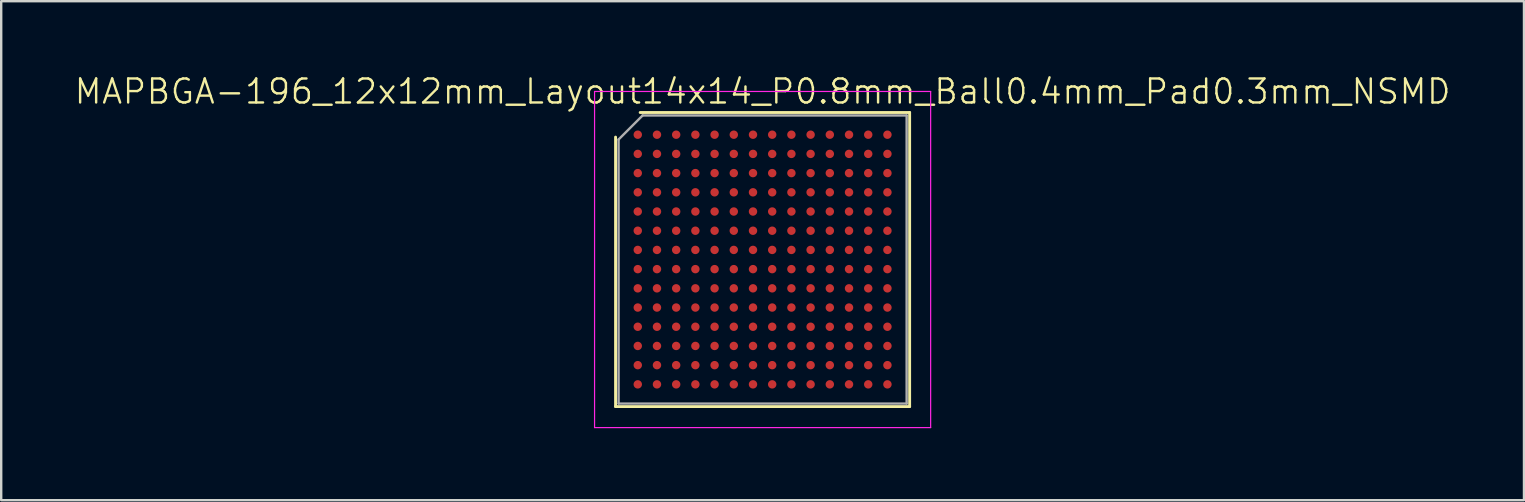
<source format=kicad_pcb>
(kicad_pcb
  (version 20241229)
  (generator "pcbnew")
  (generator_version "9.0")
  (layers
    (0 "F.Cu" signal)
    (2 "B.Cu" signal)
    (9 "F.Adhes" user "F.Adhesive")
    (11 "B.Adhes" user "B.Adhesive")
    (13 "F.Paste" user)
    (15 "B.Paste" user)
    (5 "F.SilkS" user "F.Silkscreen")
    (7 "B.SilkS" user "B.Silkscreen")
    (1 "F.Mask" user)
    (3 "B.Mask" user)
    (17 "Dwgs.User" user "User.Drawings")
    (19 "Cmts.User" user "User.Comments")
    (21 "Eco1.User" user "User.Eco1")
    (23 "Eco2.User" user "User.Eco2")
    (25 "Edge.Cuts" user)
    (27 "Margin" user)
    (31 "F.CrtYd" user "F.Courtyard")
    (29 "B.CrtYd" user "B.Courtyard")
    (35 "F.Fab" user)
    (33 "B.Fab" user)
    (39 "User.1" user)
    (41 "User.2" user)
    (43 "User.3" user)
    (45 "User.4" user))
  (footprint "MAPBGA-196_12x12mm_Layout14x14_P0.8mm_Ball0.4mm_Pad0.3mm_NSMD"
    (layer "F.Cu")
    (at 28.717 7.761)
    (property "Reference" "MAPBGA-196_12x12mm_Layout14x14_P0.8mm_Ball0.4mm_Pad0.3mm_NSMD" (at 0 -7 0) (unlocked yes) (layer "F.SilkS") (effects (font (size 1 1) (thickness 0.1))))
    (attr smd)
    (fp_line (start -6.125 -5.1) (end -6.125 6.125) (stroke (width 0.12) (type solid)) (layer "F.SilkS"))
    (fp_line (start -6.125 6.125) (end 6.125 6.125) (stroke (width 0.12) (type solid)) (layer "F.SilkS"))
    (fp_line (start -5.1 -6.125) (end 6.125 -6.125) (stroke (width 0.12) (type solid)) (layer "F.SilkS"))
    (fp_line (start 6.125 -6.125) (end 6.125 6.125) (stroke (width 0.12) (type solid)) (layer "F.SilkS"))
    (fp_line (start -7 -7) (end -7 7) (stroke (width 0.05) (type solid)) (layer "F.CrtYd"))
    (fp_line (start -7 -7) (end 7 -7) (stroke (width 0.05) (type solid)) (layer "F.CrtYd"))
    (fp_line (start 7 -7) (end 7 7) (stroke (width 0.05) (type solid)) (layer "F.CrtYd"))
    (fp_line (start 7 7) (end -7 7) (stroke (width 0.05) (type solid)) (layer "F.CrtYd"))
    (fp_line (start -6 -5) (end -6 6) (stroke (width 0.1) (type solid)) (layer "F.Fab"))
    (fp_line (start -6 6) (end 6 6) (stroke (width 0.1) (type solid)) (layer "F.Fab"))
    (fp_line (start -5 -6) (end -6 -5) (stroke (width 0.1) (type solid)) (layer "F.Fab"))
    (fp_line (start -5 -6) (end 6 -6) (stroke (width 0.1) (type solid)) (layer "F.Fab"))
    (fp_line (start 6 6) (end 6 -6) (stroke (width 0.1) (type solid)) (layer "F.Fab"))
    (pad "A1" smd circle (at -5.2 -5.2) (size 0.35 0.35) (layers "F.Cu" "F.Mask" "F.Paste"))
    (pad "A2" smd circle (at -4.4 -5.2) (size 0.35 0.35) (layers "F.Cu" "F.Mask" "F.Paste"))
    (pad "A3" smd circle (at -3.6 -5.2) (size 0.35 0.35) (layers "F.Cu" "F.Mask" "F.Paste"))
    (pad "A4" smd circle (at -2.8 -5.2) (size 0.35 0.35) (layers "F.Cu" "F.Mask" "F.Paste"))
    (pad "A5" smd circle (at -2 -5.2) (size 0.35 0.35) (layers "F.Cu" "F.Mask" "F.Paste"))
    (pad "A6" smd circle (at -1.2 -5.2) (size 0.35 0.35) (layers "F.Cu" "F.Mask" "F.Paste"))
    (pad "A7" smd circle (at -0.4 -5.2) (size 0.35 0.35) (layers "F.Cu" "F.Mask" "F.Paste"))
    (pad "A8" smd circle (at 0.4 -5.2) (size 0.35 0.35) (layers "F.Cu" "F.Mask" "F.Paste"))
    (pad "A9" smd circle (at 1.2 -5.2) (size 0.35 0.35) (layers "F.Cu" "F.Mask" "F.Paste"))
    (pad "A10" smd circle (at 2 -5.2) (size 0.35 0.35) (layers "F.Cu" "F.Mask" "F.Paste"))
    (pad "A11" smd circle (at 2.8 -5.2) (size 0.35 0.35) (layers "F.Cu" "F.Mask" "F.Paste"))
    (pad "A12" smd circle (at 3.6 -5.2) (size 0.35 0.35) (layers "F.Cu" "F.Mask" "F.Paste"))
    (pad "A13" smd circle (at 4.4 -5.2) (size 0.35 0.35) (layers "F.Cu" "F.Mask" "F.Paste"))
    (pad "A14" smd circle (at 5.2 -5.2) (size 0.35 0.35) (layers "F.Cu" "F.Mask" "F.Paste"))
    (pad "B1" smd circle (at -5.2 -4.4) (size 0.35 0.35) (layers "F.Cu" "F.Mask" "F.Paste"))
    (pad "B2" smd circle (at -4.4 -4.4) (size 0.35 0.35) (layers "F.Cu" "F.Mask" "F.Paste"))
    (pad "B3" smd circle (at -3.6 -4.4) (size 0.35 0.35) (layers "F.Cu" "F.Mask" "F.Paste"))
    (pad "B4" smd circle (at -2.8 -4.4) (size 0.35 0.35) (layers "F.Cu" "F.Mask" "F.Paste"))
    (pad "B5" smd circle (at -2 -4.4) (size 0.35 0.35) (layers "F.Cu" "F.Mask" "F.Paste"))
    (pad "B6" smd circle (at -1.2 -4.4) (size 0.35 0.35) (layers "F.Cu" "F.Mask" "F.Paste"))
    (pad "B7" smd circle (at -0.4 -4.4) (size 0.35 0.35) (layers "F.Cu" "F.Mask" "F.Paste"))
    (pad "B8" smd circle (at 0.4 -4.4) (size 0.35 0.35) (layers "F.Cu" "F.Mask" "F.Paste"))
    (pad "B9" smd circle (at 1.2 -4.4) (size 0.35 0.35) (layers "F.Cu" "F.Mask" "F.Paste"))
    (pad "B10" smd circle (at 2 -4.4) (size 0.35 0.35) (layers "F.Cu" "F.Mask" "F.Paste"))
    (pad "B11" smd circle (at 2.8 -4.4) (size 0.35 0.35) (layers "F.Cu" "F.Mask" "F.Paste"))
    (pad "B12" smd circle (at 3.6 -4.4) (size 0.35 0.35) (layers "F.Cu" "F.Mask" "F.Paste"))
    (pad "B13" smd circle (at 4.4 -4.4) (size 0.35 0.35) (layers "F.Cu" "F.Mask" "F.Paste"))
    (pad "B14" smd circle (at 5.2 -4.4) (size 0.35 0.35) (layers "F.Cu" "F.Mask" "F.Paste"))
    (pad "C1" smd circle (at -5.2 -3.6) (size 0.35 0.35) (layers "F.Cu" "F.Mask" "F.Paste"))
    (pad "C2" smd circle (at -4.4 -3.6) (size 0.35 0.35) (layers "F.Cu" "F.Mask" "F.Paste"))
    (pad "C3" smd circle (at -3.6 -3.6) (size 0.35 0.35) (layers "F.Cu" "F.Mask" "F.Paste"))
    (pad "C4" smd circle (at -2.8 -3.6) (size 0.35 0.35) (layers "F.Cu" "F.Mask" "F.Paste"))
    (pad "C5" smd circle (at -2 -3.6) (size 0.35 0.35) (layers "F.Cu" "F.Mask" "F.Paste"))
    (pad "C6" smd circle (at -1.2 -3.6) (size 0.35 0.35) (layers "F.Cu" "F.Mask" "F.Paste"))
    (pad "C7" smd circle (at -0.4 -3.6) (size 0.35 0.35) (layers "F.Cu" "F.Mask" "F.Paste"))
    (pad "C8" smd circle (at 0.4 -3.6) (size 0.35 0.35) (layers "F.Cu" "F.Mask" "F.Paste"))
    (pad "C9" smd circle (at 1.2 -3.6) (size 0.35 0.35) (layers "F.Cu" "F.Mask" "F.Paste"))
    (pad "C10" smd circle (at 2 -3.6) (size 0.35 0.35) (layers "F.Cu" "F.Mask" "F.Paste"))
    (pad "C11" smd circle (at 2.8 -3.6) (size 0.35 0.35) (layers "F.Cu" "F.Mask" "F.Paste"))
    (pad "C12" smd circle (at 3.6 -3.6) (size 0.35 0.35) (layers "F.Cu" "F.Mask" "F.Paste"))
    (pad "C13" smd circle (at 4.4 -3.6) (size 0.35 0.35) (layers "F.Cu" "F.Mask" "F.Paste"))
    (pad "C14" smd circle (at 5.2 -3.6) (size 0.35 0.35) (layers "F.Cu" "F.Mask" "F.Paste"))
    (pad "D1" smd circle (at -5.2 -2.8) (size 0.35 0.35) (layers "F.Cu" "F.Mask" "F.Paste"))
    (pad "D2" smd circle (at -4.4 -2.8) (size 0.35 0.35) (layers "F.Cu" "F.Mask" "F.Paste"))
    (pad "D3" smd circle (at -3.6 -2.8) (size 0.35 0.35) (layers "F.Cu" "F.Mask" "F.Paste"))
    (pad "D4" smd circle (at -2.8 -2.8) (size 0.35 0.35) (layers "F.Cu" "F.Mask" "F.Paste"))
    (pad "D5" smd circle (at -2 -2.8) (size 0.35 0.35) (layers "F.Cu" "F.Mask" "F.Paste"))
    (pad "D6" smd circle (at -1.2 -2.8) (size 0.35 0.35) (layers "F.Cu" "F.Mask" "F.Paste"))
    (pad "D7" smd circle (at -0.4 -2.8) (size 0.35 0.35) (layers "F.Cu" "F.Mask" "F.Paste"))
    (pad "D8" smd circle (at 0.4 -2.8) (size 0.35 0.35) (layers "F.Cu" "F.Mask" "F.Paste"))
    (pad "D9" smd circle (at 1.2 -2.8) (size 0.35 0.35) (layers "F.Cu" "F.Mask" "F.Paste"))
    (pad "D10" smd circle (at 2 -2.8) (size 0.35 0.35) (layers "F.Cu" "F.Mask" "F.Paste"))
    (pad "D11" smd circle (at 2.8 -2.8) (size 0.35 0.35) (layers "F.Cu" "F.Mask" "F.Paste"))
    (pad "D12" smd circle (at 3.6 -2.8) (size 0.35 0.35) (layers "F.Cu" "F.Mask" "F.Paste"))
    (pad "D13" smd circle (at 4.4 -2.8) (size 0.35 0.35) (layers "F.Cu" "F.Mask" "F.Paste"))
    (pad "D14" smd circle (at 5.2 -2.8) (size 0.35 0.35) (layers "F.Cu" "F.Mask" "F.Paste"))
    (pad "E1" smd circle (at -5.2 -2) (size 0.35 0.35) (layers "F.Cu" "F.Mask" "F.Paste"))
    (pad "E2" smd circle (at -4.4 -2) (size 0.35 0.35) (layers "F.Cu" "F.Mask" "F.Paste"))
    (pad "E3" smd circle (at -3.6 -2) (size 0.35 0.35) (layers "F.Cu" "F.Mask" "F.Paste"))
    (pad "E4" smd circle (at -2.8 -2) (size 0.35 0.35) (layers "F.Cu" "F.Mask" "F.Paste"))
    (pad "E5" smd circle (at -2 -2) (size 0.35 0.35) (layers "F.Cu" "F.Mask" "F.Paste"))
    (pad "E6" smd circle (at -1.2 -2) (size 0.35 0.35) (layers "F.Cu" "F.Mask" "F.Paste"))
    (pad "E7" smd circle (at -0.4 -2) (size 0.35 0.35) (layers "F.Cu" "F.Mask" "F.Paste"))
    (pad "E8" smd circle (at 0.4 -2) (size 0.35 0.35) (layers "F.Cu" "F.Mask" "F.Paste"))
    (pad "E9" smd circle (at 1.2 -2) (size 0.35 0.35) (layers "F.Cu" "F.Mask" "F.Paste"))
    (pad "E10" smd circle (at 2 -2) (size 0.35 0.35) (layers "F.Cu" "F.Mask" "F.Paste"))
    (pad "E11" smd circle (at 2.8 -2) (size 0.35 0.35) (layers "F.Cu" "F.Mask" "F.Paste"))
    (pad "E12" smd circle (at 3.6 -2) (size 0.35 0.35) (layers "F.Cu" "F.Mask" "F.Paste"))
    (pad "E13" smd circle (at 4.4 -2) (size 0.35 0.35) (layers "F.Cu" "F.Mask" "F.Paste"))
    (pad "E14" smd circle (at 5.2 -2) (size 0.35 0.35) (layers "F.Cu" "F.Mask" "F.Paste"))
    (pad "F1" smd circle (at -5.2 -1.2) (size 0.35 0.35) (layers "F.Cu" "F.Mask" "F.Paste"))
    (pad "F2" smd circle (at -4.4 -1.2) (size 0.35 0.35) (layers "F.Cu" "F.Mask" "F.Paste"))
    (pad "F3" smd circle (at -3.6 -1.2) (size 0.35 0.35) (layers "F.Cu" "F.Mask" "F.Paste"))
    (pad "F4" smd circle (at -2.8 -1.2) (size 0.35 0.35) (layers "F.Cu" "F.Mask" "F.Paste"))
    (pad "F5" smd circle (at -2 -1.2) (size 0.35 0.35) (layers "F.Cu" "F.Mask" "F.Paste"))
    (pad "F6" smd circle (at -1.2 -1.2) (size 0.35 0.35) (layers "F.Cu" "F.Mask" "F.Paste"))
    (pad "F7" smd circle (at -0.4 -1.2) (size 0.35 0.35) (layers "F.Cu" "F.Mask" "F.Paste"))
    (pad "F8" smd circle (at 0.4 -1.2) (size 0.35 0.35) (layers "F.Cu" "F.Mask" "F.Paste"))
    (pad "F9" smd circle (at 1.2 -1.2) (size 0.35 0.35) (layers "F.Cu" "F.Mask" "F.Paste"))
    (pad "F10" smd circle (at 2 -1.2) (size 0.35 0.35) (layers "F.Cu" "F.Mask" "F.Paste"))
    (pad "F11" smd circle (at 2.8 -1.2) (size 0.35 0.35) (layers "F.Cu" "F.Mask" "F.Paste"))
    (pad "F12" smd circle (at 3.6 -1.2) (size 0.35 0.35) (layers "F.Cu" "F.Mask" "F.Paste"))
    (pad "F13" smd circle (at 4.4 -1.2) (size 0.35 0.35) (layers "F.Cu" "F.Mask" "F.Paste"))
    (pad "F14" smd circle (at 5.2 -1.2) (size 0.35 0.35) (layers "F.Cu" "F.Mask" "F.Paste"))
    (pad "G1" smd circle (at -5.2 -0.4) (size 0.35 0.35) (layers "F.Cu" "F.Mask" "F.Paste"))
    (pad "G2" smd circle (at -4.4 -0.4) (size 0.35 0.35) (layers "F.Cu" "F.Mask" "F.Paste"))
    (pad "G3" smd circle (at -3.6 -0.4) (size 0.35 0.35) (layers "F.Cu" "F.Mask" "F.Paste"))
    (pad "G4" smd circle (at -2.8 -0.4) (size 0.35 0.35) (layers "F.Cu" "F.Mask" "F.Paste"))
    (pad "G5" smd circle (at -2 -0.4) (size 0.35 0.35) (layers "F.Cu" "F.Mask" "F.Paste"))
    (pad "G6" smd circle (at -1.2 -0.4) (size 0.35 0.35) (layers "F.Cu" "F.Mask" "F.Paste"))
    (pad "G7" smd circle (at -0.4 -0.4) (size 0.35 0.35) (layers "F.Cu" "F.Mask" "F.Paste"))
    (pad "G8" smd circle (at 0.4 -0.4) (size 0.35 0.35) (layers "F.Cu" "F.Mask" "F.Paste"))
    (pad "G9" smd circle (at 1.2 -0.4) (size 0.35 0.35) (layers "F.Cu" "F.Mask" "F.Paste"))
    (pad "G10" smd circle (at 2 -0.4) (size 0.35 0.35) (layers "F.Cu" "F.Mask" "F.Paste"))
    (pad "G11" smd circle (at 2.8 -0.4) (size 0.35 0.35) (layers "F.Cu" "F.Mask" "F.Paste"))
    (pad "G12" smd circle (at 3.6 -0.4) (size 0.35 0.35) (layers "F.Cu" "F.Mask" "F.Paste"))
    (pad "G13" smd circle (at 4.4 -0.4) (size 0.35 0.35) (layers "F.Cu" "F.Mask" "F.Paste"))
    (pad "G14" smd circle (at 5.2 -0.4) (size 0.35 0.35) (layers "F.Cu" "F.Mask" "F.Paste"))
    (pad "H1" smd circle (at -5.2 0.4) (size 0.35 0.35) (layers "F.Cu" "F.Mask" "F.Paste"))
    (pad "H2" smd circle (at -4.4 0.4) (size 0.35 0.35) (layers "F.Cu" "F.Mask" "F.Paste"))
    (pad "H3" smd circle (at -3.6 0.4) (size 0.35 0.35) (layers "F.Cu" "F.Mask" "F.Paste"))
    (pad "H4" smd circle (at -2.8 0.4) (size 0.35 0.35) (layers "F.Cu" "F.Mask" "F.Paste"))
    (pad "H5" smd circle (at -2 0.4) (size 0.35 0.35) (layers "F.Cu" "F.Mask" "F.Paste"))
    (pad "H6" smd circle (at -1.2 0.4) (size 0.35 0.35) (layers "F.Cu" "F.Mask" "F.Paste"))
    (pad "H7" smd circle (at -0.4 0.4) (size 0.35 0.35) (layers "F.Cu" "F.Mask" "F.Paste"))
    (pad "H8" smd circle (at 0.4 0.4) (size 0.35 0.35) (layers "F.Cu" "F.Mask" "F.Paste"))
    (pad "H9" smd circle (at 1.2 0.4) (size 0.35 0.35) (layers "F.Cu" "F.Mask" "F.Paste"))
    (pad "H10" smd circle (at 2 0.4) (size 0.35 0.35) (layers "F.Cu" "F.Mask" "F.Paste"))
    (pad "H11" smd circle (at 2.8 0.4) (size 0.35 0.35) (layers "F.Cu" "F.Mask" "F.Paste"))
    (pad "H12" smd circle (at 3.6 0.4) (size 0.35 0.35) (layers "F.Cu" "F.Mask" "F.Paste"))
    (pad "H13" smd circle (at 4.4 0.4) (size 0.35 0.35) (layers "F.Cu" "F.Mask" "F.Paste"))
    (pad "H14" smd circle (at 5.2 0.4) (size 0.35 0.35) (layers "F.Cu" "F.Mask" "F.Paste"))
    (pad "J1" smd circle (at -5.2 1.2) (size 0.35 0.35) (layers "F.Cu" "F.Mask" "F.Paste"))
    (pad "J2" smd circle (at -4.4 1.2) (size 0.35 0.35) (layers "F.Cu" "F.Mask" "F.Paste"))
    (pad "J3" smd circle (at -3.6 1.2) (size 0.35 0.35) (layers "F.Cu" "F.Mask" "F.Paste"))
    (pad "J4" smd circle (at -2.8 1.2) (size 0.35 0.35) (layers "F.Cu" "F.Mask" "F.Paste"))
    (pad "J5" smd circle (at -2 1.2) (size 0.35 0.35) (layers "F.Cu" "F.Mask" "F.Paste"))
    (pad "J6" smd circle (at -1.2 1.2) (size 0.35 0.35) (layers "F.Cu" "F.Mask" "F.Paste"))
    (pad "J7" smd circle (at -0.4 1.2) (size 0.35 0.35) (layers "F.Cu" "F.Mask" "F.Paste"))
    (pad "J8" smd circle (at 0.4 1.2) (size 0.35 0.35) (layers "F.Cu" "F.Mask" "F.Paste"))
    (pad "J9" smd circle (at 1.2 1.2) (size 0.35 0.35) (layers "F.Cu" "F.Mask" "F.Paste"))
    (pad "J10" smd circle (at 2 1.2) (size 0.35 0.35) (layers "F.Cu" "F.Mask" "F.Paste"))
    (pad "J11" smd circle (at 2.8 1.2) (size 0.35 0.35) (layers "F.Cu" "F.Mask" "F.Paste"))
    (pad "J12" smd circle (at 3.6 1.2) (size 0.35 0.35) (layers "F.Cu" "F.Mask" "F.Paste"))
    (pad "J13" smd circle (at 4.4 1.2) (size 0.35 0.35) (layers "F.Cu" "F.Mask" "F.Paste"))
    (pad "J14" smd circle (at 5.2 1.2) (size 0.35 0.35) (layers "F.Cu" "F.Mask" "F.Paste"))
    (pad "K1" smd circle (at -5.2 2) (size 0.35 0.35) (layers "F.Cu" "F.Mask" "F.Paste"))
    (pad "K2" smd circle (at -4.4 2) (size 0.35 0.35) (layers "F.Cu" "F.Mask" "F.Paste"))
    (pad "K3" smd circle (at -3.6 2) (size 0.35 0.35) (layers "F.Cu" "F.Mask" "F.Paste"))
    (pad "K4" smd circle (at -2.8 2) (size 0.35 0.35) (layers "F.Cu" "F.Mask" "F.Paste"))
    (pad "K5" smd circle (at -2 2) (size 0.35 0.35) (layers "F.Cu" "F.Mask" "F.Paste"))
    (pad "K6" smd circle (at -1.2 2) (size 0.35 0.35) (layers "F.Cu" "F.Mask" "F.Paste"))
    (pad "K7" smd circle (at -0.4 2) (size 0.35 0.35) (layers "F.Cu" "F.Mask" "F.Paste"))
    (pad "K8" smd circle (at 0.4 2) (size 0.35 0.35) (layers "F.Cu" "F.Mask" "F.Paste"))
    (pad "K9" smd circle (at 1.2 2) (size 0.35 0.35) (layers "F.Cu" "F.Mask" "F.Paste"))
    (pad "K10" smd circle (at 2 2) (size 0.35 0.35) (layers "F.Cu" "F.Mask" "F.Paste"))
    (pad "K11" smd circle (at 2.8 2) (size 0.35 0.35) (layers "F.Cu" "F.Mask" "F.Paste"))
    (pad "K12" smd circle (at 3.6 2) (size 0.35 0.35) (layers "F.Cu" "F.Mask" "F.Paste"))
    (pad "K13" smd circle (at 4.4 2) (size 0.35 0.35) (layers "F.Cu" "F.Mask" "F.Paste"))
    (pad "K14" smd circle (at 5.2 2) (size 0.35 0.35) (layers "F.Cu" "F.Mask" "F.Paste"))
    (pad "L1" smd circle (at -5.2 2.8) (size 0.35 0.35) (layers "F.Cu" "F.Mask" "F.Paste"))
    (pad "L2" smd circle (at -4.4 2.8) (size 0.35 0.35) (layers "F.Cu" "F.Mask" "F.Paste"))
    (pad "L3" smd circle (at -3.6 2.8) (size 0.35 0.35) (layers "F.Cu" "F.Mask" "F.Paste"))
    (pad "L4" smd circle (at -2.8 2.8) (size 0.35 0.35) (layers "F.Cu" "F.Mask" "F.Paste"))
    (pad "L5" smd circle (at -2 2.8) (size 0.35 0.35) (layers "F.Cu" "F.Mask" "F.Paste"))
    (pad "L6" smd circle (at -1.2 2.8) (size 0.35 0.35) (layers "F.Cu" "F.Mask" "F.Paste"))
    (pad "L7" smd circle (at -0.4 2.8) (size 0.35 0.35) (layers "F.Cu" "F.Mask" "F.Paste"))
    (pad "L8" smd circle (at 0.4 2.8) (size 0.35 0.35) (layers "F.Cu" "F.Mask" "F.Paste"))
    (pad "L9" smd circle (at 1.2 2.8) (size 0.35 0.35) (layers "F.Cu" "F.Mask" "F.Paste"))
    (pad "L10" smd circle (at 2 2.8) (size 0.35 0.35) (layers "F.Cu" "F.Mask" "F.Paste"))
    (pad "L11" smd circle (at 2.8 2.8) (size 0.35 0.35) (layers "F.Cu" "F.Mask" "F.Paste"))
    (pad "L12" smd circle (at 3.6 2.8) (size 0.35 0.35) (layers "F.Cu" "F.Mask" "F.Paste"))
    (pad "L13" smd circle (at 4.4 2.8) (size 0.35 0.35) (layers "F.Cu" "F.Mask" "F.Paste"))
    (pad "L14" smd circle (at 5.2 2.8) (size 0.35 0.35) (layers "F.Cu" "F.Mask" "F.Paste"))
    (pad "M1" smd circle (at -5.2 3.6) (size 0.35 0.35) (layers "F.Cu" "F.Mask" "F.Paste"))
    (pad "M2" smd circle (at -4.4 3.6) (size 0.35 0.35) (layers "F.Cu" "F.Mask" "F.Paste"))
    (pad "M3" smd circle (at -3.6 3.6) (size 0.35 0.35) (layers "F.Cu" "F.Mask" "F.Paste"))
    (pad "M4" smd circle (at -2.8 3.6) (size 0.35 0.35) (layers "F.Cu" "F.Mask" "F.Paste"))
    (pad "M5" smd circle (at -2 3.6) (size 0.35 0.35) (layers "F.Cu" "F.Mask" "F.Paste"))
    (pad "M6" smd circle (at -1.2 3.6) (size 0.35 0.35) (layers "F.Cu" "F.Mask" "F.Paste"))
    (pad "M7" smd circle (at -0.4 3.6) (size 0.35 0.35) (layers "F.Cu" "F.Mask" "F.Paste"))
    (pad "M8" smd circle (at 0.4 3.6) (size 0.35 0.35) (layers "F.Cu" "F.Mask" "F.Paste"))
    (pad "M9" smd circle (at 1.2 3.6) (size 0.35 0.35) (layers "F.Cu" "F.Mask" "F.Paste"))
    (pad "M10" smd circle (at 2 3.6) (size 0.35 0.35) (layers "F.Cu" "F.Mask" "F.Paste"))
    (pad "M11" smd circle (at 2.8 3.6) (size 0.35 0.35) (layers "F.Cu" "F.Mask" "F.Paste"))
    (pad "M12" smd circle (at 3.6 3.6) (size 0.35 0.35) (layers "F.Cu" "F.Mask" "F.Paste"))
    (pad "M13" smd circle (at 4.4 3.6) (size 0.35 0.35) (layers "F.Cu" "F.Mask" "F.Paste"))
    (pad "M14" smd circle (at 5.2 3.6) (size 0.35 0.35) (layers "F.Cu" "F.Mask" "F.Paste"))
    (pad "N1" smd circle (at -5.2 4.4) (size 0.35 0.35) (layers "F.Cu" "F.Mask" "F.Paste"))
    (pad "N2" smd circle (at -4.4 4.4) (size 0.35 0.35) (layers "F.Cu" "F.Mask" "F.Paste"))
    (pad "N3" smd circle (at -3.6 4.4) (size 0.35 0.35) (layers "F.Cu" "F.Mask" "F.Paste"))
    (pad "N4" smd circle (at -2.8 4.4) (size 0.35 0.35) (layers "F.Cu" "F.Mask" "F.Paste"))
    (pad "N5" smd circle (at -2 4.4) (size 0.35 0.35) (layers "F.Cu" "F.Mask" "F.Paste"))
    (pad "N6" smd circle (at -1.2 4.4) (size 0.35 0.35) (layers "F.Cu" "F.Mask" "F.Paste"))
    (pad "N7" smd circle (at -0.4 4.4) (size 0.35 0.35) (layers "F.Cu" "F.Mask" "F.Paste"))
    (pad "N8" smd circle (at 0.4 4.4) (size 0.35 0.35) (layers "F.Cu" "F.Mask" "F.Paste"))
    (pad "N9" smd circle (at 1.2 4.4) (size 0.35 0.35) (layers "F.Cu" "F.Mask" "F.Paste"))
    (pad "N10" smd circle (at 2 4.4) (size 0.35 0.35) (layers "F.Cu" "F.Mask" "F.Paste"))
    (pad "N11" smd circle (at 2.8 4.4) (size 0.35 0.35) (layers "F.Cu" "F.Mask" "F.Paste"))
    (pad "N12" smd circle (at 3.6 4.4) (size 0.35 0.35) (layers "F.Cu" "F.Mask" "F.Paste"))
    (pad "N13" smd circle (at 4.4 4.4) (size 0.35 0.35) (layers "F.Cu" "F.Mask" "F.Paste"))
    (pad "N14" smd circle (at 5.2 4.4) (size 0.35 0.35) (layers "F.Cu" "F.Mask" "F.Paste"))
    (pad "P1" smd circle (at -5.2 5.2) (size 0.35 0.35) (layers "F.Cu" "F.Mask" "F.Paste"))
    (pad "P2" smd circle (at -4.4 5.2) (size 0.35 0.35) (layers "F.Cu" "F.Mask" "F.Paste"))
    (pad "P3" smd circle (at -3.6 5.2) (size 0.35 0.35) (layers "F.Cu" "F.Mask" "F.Paste"))
    (pad "P4" smd circle (at -2.8 5.2) (size 0.35 0.35) (layers "F.Cu" "F.Mask" "F.Paste"))
    (pad "P5" smd circle (at -2 5.2) (size 0.35 0.35) (layers "F.Cu" "F.Mask" "F.Paste"))
    (pad "P6" smd circle (at -1.2 5.2) (size 0.35 0.35) (layers "F.Cu" "F.Mask" "F.Paste"))
    (pad "P7" smd circle (at -0.4 5.2) (size 0.35 0.35) (layers "F.Cu" "F.Mask" "F.Paste"))
    (pad "P8" smd circle (at 0.4 5.2) (size 0.35 0.35) (layers "F.Cu" "F.Mask" "F.Paste"))
    (pad "P9" smd circle (at 1.2 5.2) (size 0.35 0.35) (layers "F.Cu" "F.Mask" "F.Paste"))
    (pad "P10" smd circle (at 2 5.2) (size 0.35 0.35) (layers "F.Cu" "F.Mask" "F.Paste"))
    (pad "P11" smd circle (at 2.8 5.2) (size 0.35 0.35) (layers "F.Cu" "F.Mask" "F.Paste"))
    (pad "P12" smd circle (at 3.6 5.2) (size 0.35 0.35) (layers "F.Cu" "F.Mask" "F.Paste"))
    (pad "P13" smd circle (at 4.4 5.2) (size 0.35 0.35) (layers "F.Cu" "F.Mask" "F.Paste"))
    (pad "P14" smd circle (at 5.2 5.2) (size 0.35 0.35) (layers "F.Cu" "F.Mask" "F.Paste")))
  (gr_rect
    (start -3 -3)
    (end 60.433 17.785)
    (stroke (width 0.1) (type default))
    (fill no)
    (layer "Edge.Cuts")))
</source>
